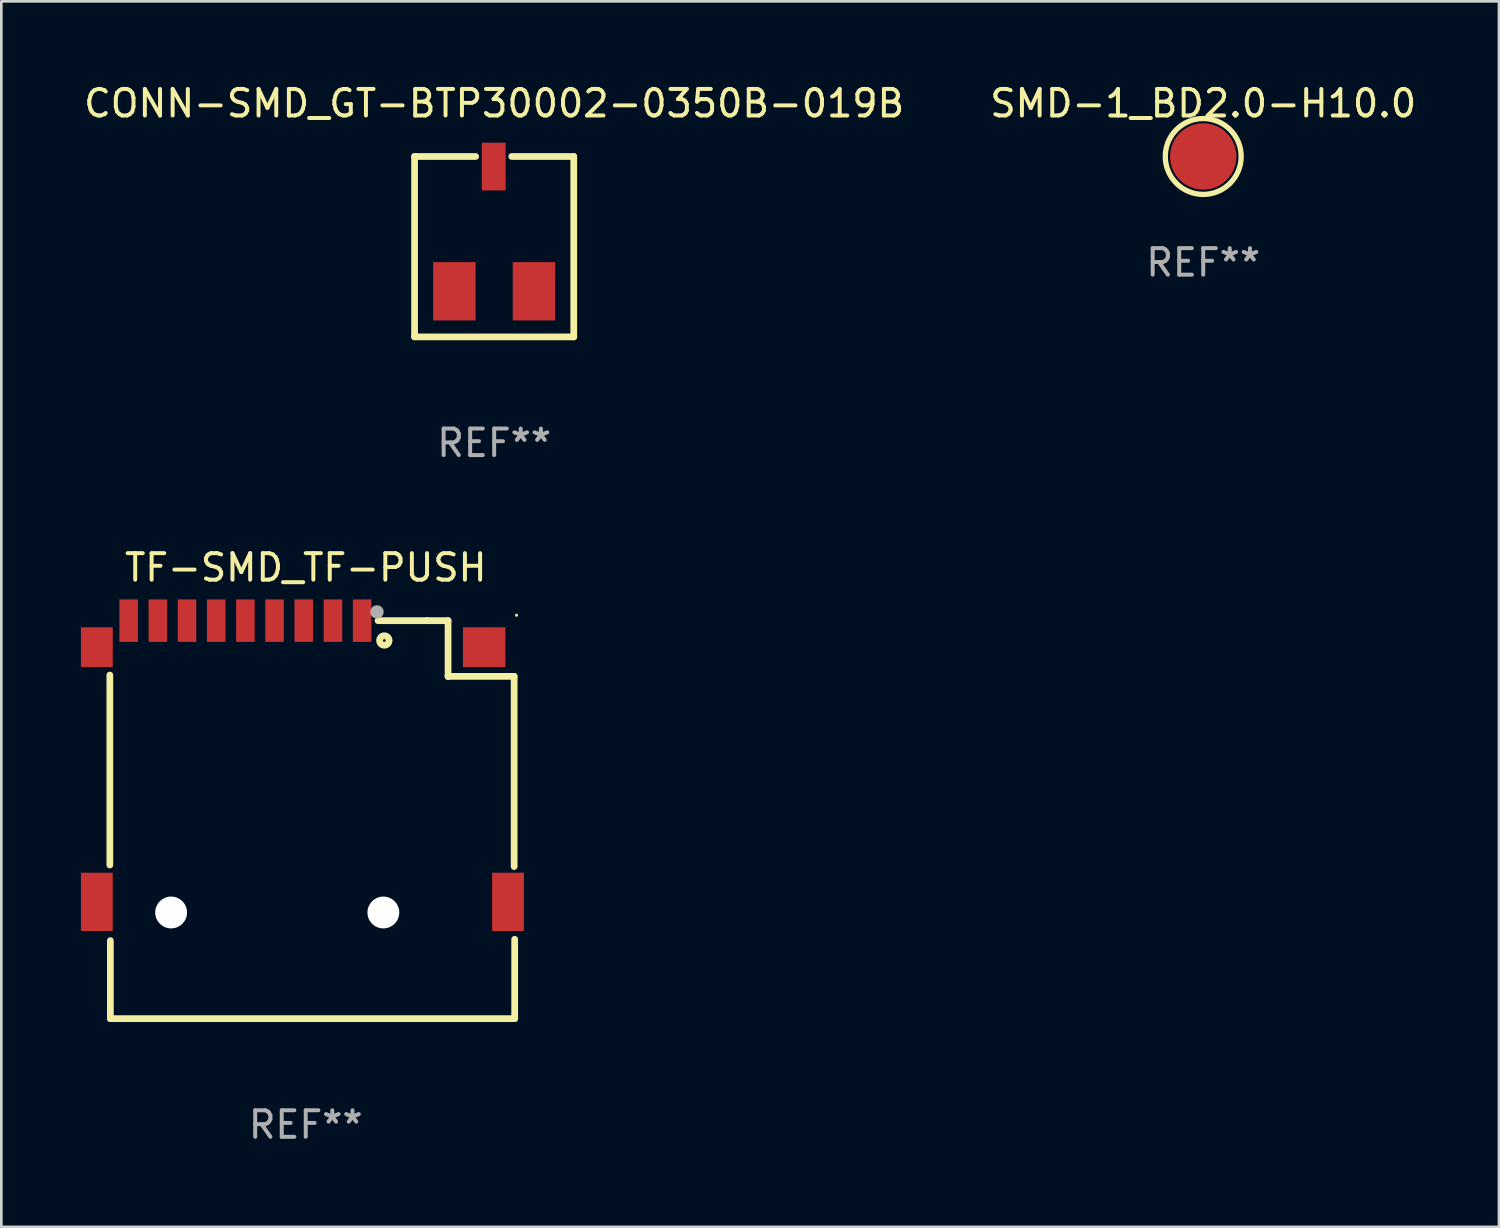
<source format=kicad_pcb>
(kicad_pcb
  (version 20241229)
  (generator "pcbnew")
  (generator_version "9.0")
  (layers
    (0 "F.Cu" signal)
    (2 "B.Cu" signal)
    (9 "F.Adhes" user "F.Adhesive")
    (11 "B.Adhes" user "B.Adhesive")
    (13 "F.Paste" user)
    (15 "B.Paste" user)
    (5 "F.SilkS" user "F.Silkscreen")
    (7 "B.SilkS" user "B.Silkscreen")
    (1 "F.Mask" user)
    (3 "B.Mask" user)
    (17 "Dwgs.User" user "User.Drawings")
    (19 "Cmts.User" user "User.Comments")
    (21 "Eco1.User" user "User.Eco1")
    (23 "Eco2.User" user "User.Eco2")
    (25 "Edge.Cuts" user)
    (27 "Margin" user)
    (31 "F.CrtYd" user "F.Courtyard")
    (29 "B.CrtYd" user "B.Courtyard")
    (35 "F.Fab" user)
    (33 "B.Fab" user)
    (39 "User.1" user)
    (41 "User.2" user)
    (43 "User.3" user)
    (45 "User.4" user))
  (footprint "TF-SMD_TF-PUSH"
    (layer "F.Cu")
    (at 8.35 25.645)
    (property "Reference" "TF-SMD_TF-PUSH" (at 0.125 -7.3 0) (layer "F.SilkS") (effects (font (size 1 1) (thickness 0.15))))
    (attr smd)
    (fp_line (start -7.26 -3.25) (end -7.26 3.91) (stroke (width 0.254) (type solid)) (layer "F.SilkS"))
    (fp_line (start -7.24 9.7) (end -7.24 6.76) (stroke (width 0.254) (type solid)) (layer "F.SilkS"))
    (fp_line (start -7.24 9.7) (end 8 9.7) (stroke (width 0.254) (type solid)) (layer "F.SilkS"))
    (fp_line (start 4.702 -5.3) (end 5.489 -5.3) (stroke (width 0.254) (type solid)) (layer "F.SilkS"))
    (fp_line (start 4.702 -5.3) (end 2.85 -5.3) (stroke (width 0.254) (type solid)) (layer "F.SilkS"))
    (fp_line (start 5.489 -5.3) (end 5.489 -3.199) (stroke (width 0.254) (type solid)) (layer "F.SilkS"))
    (fp_line (start 5.489 -3.199) (end 5.5 -3.2) (stroke (width 0.254) (type solid)) (layer "F.SilkS"))
    (fp_line (start 7.98 -3.2) (end 5.49 -3.2) (stroke (width 0.254) (type solid)) (layer "F.SilkS"))
    (fp_line (start 7.98 3.969) (end 7.98 -3.2) (stroke (width 0.254) (type solid)) (layer "F.SilkS"))
    (fp_line (start 8 9.7) (end 8 6.71) (stroke (width 0.254) (type solid)) (layer "F.SilkS"))
    (fp_circle (center 3.087 -4.552) (end 3.139 -4.552) (stroke (width 0.254) (type solid)) (fill no) (layer "F.SilkS"))
    (fp_circle (center 8.07 -5.505) (end 8.1 -5.505) (stroke (width 0.06) (type solid)) (fill no) (layer "F.SilkS"))
    (fp_circle (center -4.95 5.7) (end -4.75 5.7) (stroke (width 0.4) (type solid)) (fill no) (layer "F.Fab"))
    (fp_circle (center 2.81 -5.63) (end 2.937 -5.63) (stroke (width 0.254) (type solid)) (fill no) (layer "F.Fab"))
    (fp_circle (center 3.05 5.7) (end 3.25 5.7) (stroke (width 0.4) (type solid)) (fill no) (layer "F.Fab"))
    (fp_text user "REF**" (at 0.125 13.7 0) (layer "F.Fab") (effects (font (size 1 1) (thickness 0.15))))
    (pad "" np_thru_hole circle (at -4.95 5.7) (size 1.2 1.2) (drill 1.2) (layers "*.Cu" "*.Mask"))
    (pad "" np_thru_hole circle (at 3.05 5.7) (size 1.2 1.2) (drill 1.2) (layers "*.Cu" "*.Mask"))
    (pad "1" smd rect (at 2.25 -5.3) (size 0.7 1.6) (layers "F.Cu" "F.Mask" "F.Paste"))
    (pad "2" smd rect (at 1.15 -5.3) (size 0.7 1.6) (layers "F.Cu" "F.Mask" "F.Paste"))
    (pad "3" smd rect (at 0.05 -5.3) (size 0.7 1.6) (layers "F.Cu" "F.Mask" "F.Paste"))
    (pad "4" smd rect (at -1.05 -5.3) (size 0.7 1.6) (layers "F.Cu" "F.Mask" "F.Paste"))
    (pad "5" smd rect (at -2.15 -5.3) (size 0.7 1.6) (layers "F.Cu" "F.Mask" "F.Paste"))
    (pad "6" smd rect (at -3.25 -5.3) (size 0.7 1.6) (layers "F.Cu" "F.Mask" "F.Paste"))
    (pad "7" smd rect (at -4.35 -5.3) (size 0.7 1.6) (layers "F.Cu" "F.Mask" "F.Paste"))
    (pad "8" smd rect (at -5.45 -5.3) (size 0.7 1.6) (layers "F.Cu" "F.Mask" "F.Paste"))
    (pad "10" smd rect (at -7.75 -4.3) (size 1.2 1.5) (layers "F.Cu" "F.Mask" "F.Paste"))
    (pad "11" smd rect (at -7.75 5.3) (size 1.2 2.2) (layers "F.Cu" "F.Mask" "F.Paste"))
    (pad "12" smd rect (at 7.75 5.3) (size 1.2 2.2) (layers "F.Cu" "F.Mask" "F.Paste"))
    (pad "13" smd rect (at 6.85 -4.3) (size 1.6 1.5) (layers "F.Cu" "F.Mask" "F.Paste"))
    (pad "CD" smd rect (at -6.55 -5.3) (size 0.7 1.6) (layers "F.Cu" "F.Mask" "F.Paste")))
  (footprint "SMD-1_BD2.0-H10.0"
    (layer "F.Cu")
    (at 42.304 2.848)
    (property "Reference" "SMD-1_BD2.0-H10.0" (at 0 -2 0) (layer "F.SilkS") (effects (font (size 1 1) (thickness 0.15))))
    (attr smd)
    (fp_circle (center 0 0) (end 1.43 0) (stroke (width 0.2) (type solid)) (fill no) (layer "F.SilkS"))
    (fp_circle (center 1 -1) (end 1.03 -1) (stroke (width 0.06) (type solid)) (fill no) (layer "F.SilkS"))
    (fp_text user "REF**" (at 0 4 0) (layer "F.Fab") (effects (font (size 1 1) (thickness 0.15))))
    (pad "1" smd circle (at 0 0) (size 2.5 2.5) (layers "F.Cu" "F.Mask" "F.Paste")))
  (footprint "CONN-SMD_GT-BTP30002-0350B-019B"
    (layer "F.Cu")
    (at 15.577 5.579)
    (property "Reference" "CONN-SMD_GT-BTP30002-0350B-019B" (at 0.000013 -4.731 0) (layer "F.SilkS") (effects (font (size 1 1) (thickness 0.15))))
    (attr smd)
    (fp_line (start -3 4.069) (end -3 -2.731) (stroke (width 0.254) (type solid)) (layer "F.SilkS"))
    (fp_line (start -3 4.069) (end 3 4.069) (stroke (width 0.254) (type solid)) (layer "F.SilkS"))
    (fp_line (start -0.698 -2.731) (end -3 -2.731) (stroke (width 0.254) (type solid)) (layer "F.SilkS"))
    (fp_line (start 0.664 -2.731) (end 3 -2.731) (stroke (width 0.254) (type solid)) (layer "F.SilkS"))
    (fp_line (start 3 -2.731) (end 3 4.069) (stroke (width 0.254) (type solid)) (layer "F.SilkS"))
    (fp_circle (center -3 4.069) (end -2.97 4.069) (stroke (width 0.06) (type solid)) (fill no) (layer "F.SilkS"))
    (fp_text user "REF**" (at 0.000013 8.069 0) (layer "F.Fab") (effects (font (size 1 1) (thickness 0.15))))
    (pad "1" smd rect (at -1.5 2.35 90) (size 2.2 1.6) (layers "F.Cu" "F.Mask" "F.Paste"))
    (pad "2" smd rect (at 1.5 2.35 90) (size 2.2 1.6) (layers "F.Cu" "F.Mask" "F.Paste"))
    (pad "3" smd rect (at -0.017 -2.35 90) (size 1.8 0.9) (layers "F.Cu" "F.Mask" "F.Paste")))
  (gr_rect
    (start -3 -3)
    (end 53.452 43.194)
    (stroke (width 0.1) (type default))
    (fill no)
    (layer "Edge.Cuts")))
</source>
